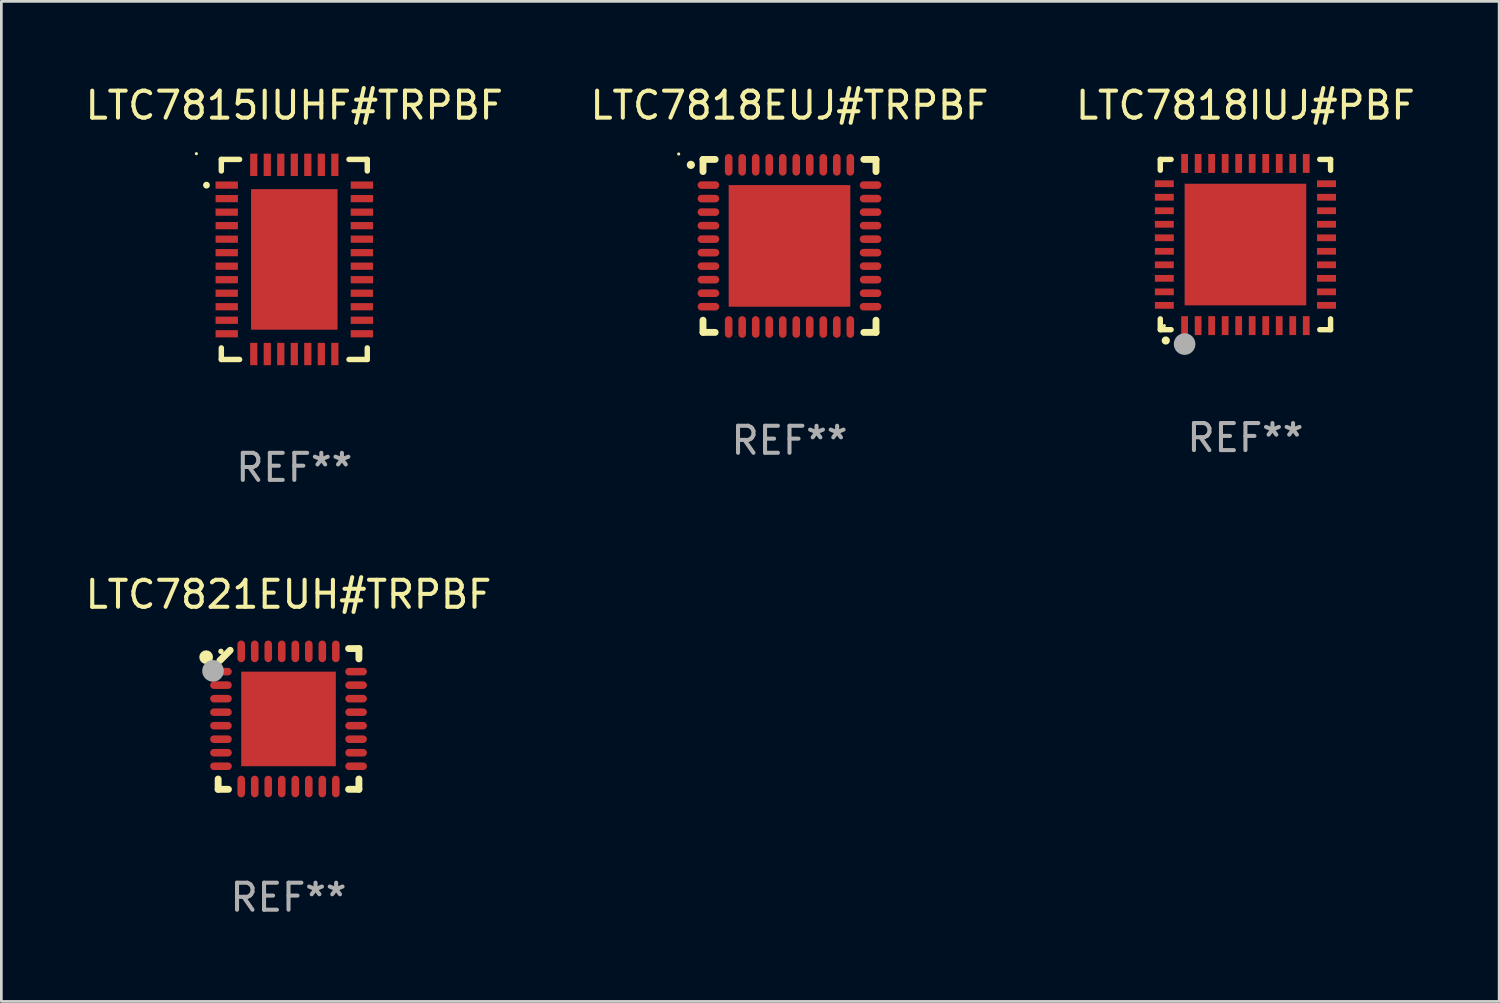
<source format=kicad_pcb>
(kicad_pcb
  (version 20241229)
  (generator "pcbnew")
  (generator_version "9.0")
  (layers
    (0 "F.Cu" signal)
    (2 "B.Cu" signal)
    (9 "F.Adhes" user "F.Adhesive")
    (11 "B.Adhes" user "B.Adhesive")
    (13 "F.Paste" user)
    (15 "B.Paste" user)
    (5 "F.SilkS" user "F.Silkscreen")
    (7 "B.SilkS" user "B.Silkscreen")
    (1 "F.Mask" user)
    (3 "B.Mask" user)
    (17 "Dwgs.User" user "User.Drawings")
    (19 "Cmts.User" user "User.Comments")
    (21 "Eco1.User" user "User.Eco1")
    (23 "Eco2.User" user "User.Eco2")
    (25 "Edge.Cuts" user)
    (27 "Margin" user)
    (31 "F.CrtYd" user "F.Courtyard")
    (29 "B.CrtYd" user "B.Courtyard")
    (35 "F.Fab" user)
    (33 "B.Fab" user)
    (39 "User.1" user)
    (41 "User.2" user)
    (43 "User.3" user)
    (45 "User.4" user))
  (footprint "LTC7818EUJ#TRPBF"
    (layer "F.Cu")
    (at 26.161 6.048)
    (property "Reference" "LTC7818EUJ#TRPBF" (at 0 -5.2 0) (layer "F.SilkS") (effects (font (size 1 1) (thickness 0.15))))
    (attr through_hole)
    (fp_line (start -3.2 -3.2) (end -2.75 -3.2) (stroke (width 0.254) (type solid)) (layer "F.SilkS"))
    (fp_line (start -3.2 -2.75) (end -3.2 -3.2) (stroke (width 0.254) (type solid)) (layer "F.SilkS"))
    (fp_line (start -3.2 3.2) (end -3.2 2.75) (stroke (width 0.254) (type solid)) (layer "F.SilkS"))
    (fp_line (start -2.75 3.2) (end -3.2 3.2) (stroke (width 0.254) (type solid)) (layer "F.SilkS"))
    (fp_line (start 2.75 3.2) (end 3.2 3.2) (stroke (width 0.254) (type solid)) (layer "F.SilkS"))
    (fp_line (start 3.2 -3.2) (end 2.75 -3.2) (stroke (width 0.254) (type solid)) (layer "F.SilkS"))
    (fp_line (start 3.2 -2.75) (end 3.2 -3.2) (stroke (width 0.254) (type solid)) (layer "F.SilkS"))
    (fp_line (start 3.2 3.2) (end 3.2 2.75) (stroke (width 0.254) (type solid)) (layer "F.SilkS"))
    (fp_arc (start -3.649987 -2.997206) (mid -3.649992 -2.998476) (end -3.649987 -2.999746) (stroke (width 0.3) (type solid)) (layer "F.SilkS"))
    (fp_circle (center -4.1 -3.4) (end -4.07 -3.4) (stroke (width 0.06) (type solid)) (fill no) (layer "F.SilkS"))
    (fp_text user "REF**" (at 0 7.2 0) (layer "F.Fab") (effects (font (size 1 1) (thickness 0.15))))
    (pad "1" smd oval (at -3 -2.25 90) (size 0.28 0.8) (layers "F.Cu" "F.Mask" "F.Paste"))
    (pad "2" smd oval (at -3 -1.75 90) (size 0.28 0.8) (layers "F.Cu" "F.Mask" "F.Paste"))
    (pad "3" smd oval (at -3 -1.25 90) (size 0.28 0.8) (layers "F.Cu" "F.Mask" "F.Paste"))
    (pad "4" smd oval (at -3 -0.75 90) (size 0.28 0.8) (layers "F.Cu" "F.Mask" "F.Paste"))
    (pad "5" smd oval (at -3 -0.25 90) (size 0.28 0.8) (layers "F.Cu" "F.Mask" "F.Paste"))
    (pad "6" smd oval (at -3 0.25 90) (size 0.28 0.8) (layers "F.Cu" "F.Mask" "F.Paste"))
    (pad "7" smd oval (at -3 0.75 90) (size 0.28 0.8) (layers "F.Cu" "F.Mask" "F.Paste"))
    (pad "8" smd oval (at -3 1.25 90) (size 0.28 0.8) (layers "F.Cu" "F.Mask" "F.Paste"))
    (pad "9" smd oval (at -3 1.75 90) (size 0.28 0.8) (layers "F.Cu" "F.Mask" "F.Paste"))
    (pad "10" smd oval (at -3 2.25 90) (size 0.28 0.8) (layers "F.Cu" "F.Mask" "F.Paste"))
    (pad "11" smd oval (at -2.25 3) (size 0.28 0.8) (layers "F.Cu" "F.Mask" "F.Paste"))
    (pad "12" smd oval (at -1.75 3) (size 0.28 0.8) (layers "F.Cu" "F.Mask" "F.Paste"))
    (pad "13" smd oval (at -1.25 3) (size 0.28 0.8) (layers "F.Cu" "F.Mask" "F.Paste"))
    (pad "14" smd oval (at -0.75 3) (size 0.28 0.8) (layers "F.Cu" "F.Mask" "F.Paste"))
    (pad "15" smd oval (at -0.25 3) (size 0.28 0.8) (layers "F.Cu" "F.Mask" "F.Paste"))
    (pad "16" smd oval (at 0.25 3) (size 0.28 0.8) (layers "F.Cu" "F.Mask" "F.Paste"))
    (pad "17" smd oval (at 0.75 3) (size 0.28 0.8) (layers "F.Cu" "F.Mask" "F.Paste"))
    (pad "18" smd oval (at 1.25 3) (size 0.28 0.8) (layers "F.Cu" "F.Mask" "F.Paste"))
    (pad "19" smd oval (at 1.75 3) (size 0.28 0.8) (layers "F.Cu" "F.Mask" "F.Paste"))
    (pad "20" smd oval (at 2.25 3) (size 0.28 0.8) (layers "F.Cu" "F.Mask" "F.Paste"))
    (pad "21" smd oval (at 3 2.25 90) (size 0.28 0.8) (layers "F.Cu" "F.Mask" "F.Paste"))
    (pad "22" smd oval (at 3 1.75 90) (size 0.28 0.8) (layers "F.Cu" "F.Mask" "F.Paste"))
    (pad "23" smd oval (at 3 1.25 90) (size 0.28 0.8) (layers "F.Cu" "F.Mask" "F.Paste"))
    (pad "24" smd oval (at 3 0.75 90) (size 0.28 0.8) (layers "F.Cu" "F.Mask" "F.Paste"))
    (pad "25" smd oval (at 3 0.25 90) (size 0.28 0.8) (layers "F.Cu" "F.Mask" "F.Paste"))
    (pad "26" smd oval (at 3 -0.25 90) (size 0.28 0.8) (layers "F.Cu" "F.Mask" "F.Paste"))
    (pad "27" smd oval (at 3 -0.75 90) (size 0.28 0.8) (layers "F.Cu" "F.Mask" "F.Paste"))
    (pad "28" smd oval (at 3 -1.25 90) (size 0.28 0.8) (layers "F.Cu" "F.Mask" "F.Paste"))
    (pad "29" smd oval (at 3 -1.75 90) (size 0.28 0.8) (layers "F.Cu" "F.Mask" "F.Paste"))
    (pad "30" smd oval (at 3 -2.25 90) (size 0.28 0.8) (layers "F.Cu" "F.Mask" "F.Paste"))
    (pad "31" smd oval (at 2.25 -3) (size 0.28 0.8) (layers "F.Cu" "F.Mask" "F.Paste"))
    (pad "32" smd oval (at 1.75 -3) (size 0.28 0.8) (layers "F.Cu" "F.Mask" "F.Paste"))
    (pad "33" smd oval (at 1.25 -3) (size 0.28 0.8) (layers "F.Cu" "F.Mask" "F.Paste"))
    (pad "34" smd oval (at 0.75 -3) (size 0.28 0.8) (layers "F.Cu" "F.Mask" "F.Paste"))
    (pad "35" smd oval (at 0.25 -3) (size 0.28 0.8) (layers "F.Cu" "F.Mask" "F.Paste"))
    (pad "36" smd oval (at -0.25 -3) (size 0.28 0.8) (layers "F.Cu" "F.Mask" "F.Paste"))
    (pad "37" smd oval (at -0.75 -3) (size 0.28 0.8) (layers "F.Cu" "F.Mask" "F.Paste"))
    (pad "38" smd oval (at -1.25 -3) (size 0.28 0.8) (layers "F.Cu" "F.Mask" "F.Paste"))
    (pad "39" smd oval (at -1.75 -3) (size 0.28 0.8) (layers "F.Cu" "F.Mask" "F.Paste"))
    (pad "40" smd oval (at -2.25 -3) (size 0.28 0.8) (layers "F.Cu" "F.Mask" "F.Paste"))
    (pad "41" smd rect (at 0 0) (size 4.5 4.5) (layers "F.Cu" "F.Mask" "F.Paste")))
  (footprint "LTC7815IUHF#TRPBF"
    (layer "F.Cu")
    (at 7.839 6.549)
    (property "Reference" "LTC7815IUHF#TRPBF" (at 0 -5.701 0) (layer "F.SilkS") (effects (font (size 1 1) (thickness 0.15))))
    (attr through_hole)
    (fp_line (start -2.7 -3.701) (end -2.024 -3.701) (stroke (width 0.201) (type solid)) (layer "F.SilkS"))
    (fp_line (start -2.7 -3.274) (end -2.7 -3.701) (stroke (width 0.201) (type solid)) (layer "F.SilkS"))
    (fp_line (start -2.7 3.274) (end -2.7 3.701) (stroke (width 0.201) (type solid)) (layer "F.SilkS"))
    (fp_line (start -2.7 3.701) (end -2.024 3.701) (stroke (width 0.201) (type solid)) (layer "F.SilkS"))
    (fp_line (start 2.024 -3.701) (end 2.7 -3.701) (stroke (width 0.201) (type solid)) (layer "F.SilkS"))
    (fp_line (start 2.024 3.701) (end 2.7 3.701) (stroke (width 0.201) (type solid)) (layer "F.SilkS"))
    (fp_line (start 2.7 -3.701) (end 2.7 -3.274) (stroke (width 0.201) (type solid)) (layer "F.SilkS"))
    (fp_line (start 2.7 3.701) (end 2.7 3.274) (stroke (width 0.201) (type solid)) (layer "F.SilkS"))
    (fp_arc (start -3.250013 -2.747473) (mid -3.250019 -2.748743) (end -3.250013 -2.750013) (stroke (width 0.24892) (type solid)) (layer "F.SilkS"))
    (fp_circle (center -3.623 -3.913) (end -3.593 -3.913) (stroke (width 0.06) (type solid)) (fill no) (layer "F.SilkS"))
    (fp_text user "REF**" (at 0 7.701 0) (layer "F.Fab") (effects (font (size 1 1) (thickness 0.15))))
    (pad "1" smd rect (at -2.5 -2.75 90) (size 0.267 0.826) (layers "F.Cu" "F.Mask" "F.Paste"))
    (pad "2" smd rect (at -2.5 -2.25 90) (size 0.267 0.826) (layers "F.Cu" "F.Mask" "F.Paste"))
    (pad "3" smd rect (at -2.5 -1.75 90) (size 0.267 0.826) (layers "F.Cu" "F.Mask" "F.Paste"))
    (pad "4" smd rect (at -2.5 -1.25 90) (size 0.267 0.826) (layers "F.Cu" "F.Mask" "F.Paste"))
    (pad "5" smd rect (at -2.5 -0.75 90) (size 0.267 0.826) (layers "F.Cu" "F.Mask" "F.Paste"))
    (pad "6" smd rect (at -2.5 -0.25 90) (size 0.267 0.826) (layers "F.Cu" "F.Mask" "F.Paste"))
    (pad "7" smd rect (at -2.5 0.25 90) (size 0.267 0.826) (layers "F.Cu" "F.Mask" "F.Paste"))
    (pad "8" smd rect (at -2.5 0.75 90) (size 0.267 0.826) (layers "F.Cu" "F.Mask" "F.Paste"))
    (pad "9" smd rect (at -2.5 1.25 90) (size 0.267 0.826) (layers "F.Cu" "F.Mask" "F.Paste"))
    (pad "10" smd rect (at -2.5 1.75 90) (size 0.267 0.826) (layers "F.Cu" "F.Mask" "F.Paste"))
    (pad "11" smd rect (at -2.5 2.25 90) (size 0.267 0.826) (layers "F.Cu" "F.Mask" "F.Paste"))
    (pad "12" smd rect (at -2.5 2.75 90) (size 0.267 0.826) (layers "F.Cu" "F.Mask" "F.Paste"))
    (pad "13" smd rect (at -1.5 3.5) (size 0.267 0.826) (layers "F.Cu" "F.Mask" "F.Paste"))
    (pad "14" smd rect (at -1 3.5) (size 0.267 0.826) (layers "F.Cu" "F.Mask" "F.Paste"))
    (pad "15" smd rect (at -0.5 3.5) (size 0.267 0.826) (layers "F.Cu" "F.Mask" "F.Paste"))
    (pad "16" smd rect (at 0 3.5) (size 0.267 0.826) (layers "F.Cu" "F.Mask" "F.Paste"))
    (pad "17" smd rect (at 0.5 3.5) (size 0.267 0.826) (layers "F.Cu" "F.Mask" "F.Paste"))
    (pad "18" smd rect (at 1 3.5) (size 0.267 0.826) (layers "F.Cu" "F.Mask" "F.Paste"))
    (pad "19" smd rect (at 1.5 3.5) (size 0.267 0.826) (layers "F.Cu" "F.Mask" "F.Paste"))
    (pad "20" smd rect (at 2.5 2.75 90) (size 0.267 0.826) (layers "F.Cu" "F.Mask" "F.Paste"))
    (pad "21" smd rect (at 2.5 2.25 90) (size 0.267 0.826) (layers "F.Cu" "F.Mask" "F.Paste"))
    (pad "22" smd rect (at 2.5 1.75 90) (size 0.267 0.826) (layers "F.Cu" "F.Mask" "F.Paste"))
    (pad "23" smd rect (at 2.5 1.25 90) (size 0.267 0.826) (layers "F.Cu" "F.Mask" "F.Paste"))
    (pad "24" smd rect (at 2.5 0.75 90) (size 0.267 0.826) (layers "F.Cu" "F.Mask" "F.Paste"))
    (pad "25" smd rect (at 2.5 0.25 90) (size 0.267 0.826) (layers "F.Cu" "F.Mask" "F.Paste"))
    (pad "26" smd rect (at 2.5 -0.25 90) (size 0.267 0.826) (layers "F.Cu" "F.Mask" "F.Paste"))
    (pad "27" smd rect (at 2.5 -0.75 90) (size 0.267 0.826) (layers "F.Cu" "F.Mask" "F.Paste"))
    (pad "28" smd rect (at 2.5 -1.25 90) (size 0.267 0.826) (layers "F.Cu" "F.Mask" "F.Paste"))
    (pad "29" smd rect (at 2.5 -1.75 90) (size 0.267 0.826) (layers "F.Cu" "F.Mask" "F.Paste"))
    (pad "30" smd rect (at 2.5 -2.25 90) (size 0.267 0.826) (layers "F.Cu" "F.Mask" "F.Paste"))
    (pad "31" smd rect (at 2.5 -2.75 90) (size 0.267 0.826) (layers "F.Cu" "F.Mask" "F.Paste"))
    (pad "32" smd rect (at 1.5 -3.5) (size 0.267 0.826) (layers "F.Cu" "F.Mask" "F.Paste"))
    (pad "33" smd rect (at 1 -3.5) (size 0.267 0.826) (layers "F.Cu" "F.Mask" "F.Paste"))
    (pad "34" smd rect (at 0.5 -3.5) (size 0.267 0.826) (layers "F.Cu" "F.Mask" "F.Paste"))
    (pad "35" smd rect (at 0 -3.5) (size 0.267 0.826) (layers "F.Cu" "F.Mask" "F.Paste"))
    (pad "36" smd rect (at -0.5 -3.5) (size 0.267 0.826) (layers "F.Cu" "F.Mask" "F.Paste"))
    (pad "37" smd rect (at -1 -3.5) (size 0.267 0.826) (layers "F.Cu" "F.Mask" "F.Paste"))
    (pad "38" smd rect (at -1.5 -3.5) (size 0.267 0.826) (layers "F.Cu" "F.Mask" "F.Paste"))
    (pad "39" smd rect (at 0 0) (size 3.2 5.2) (layers "F.Cu" "F.Mask" "F.Paste")))
  (footprint "LTC7818IUJ#PBF"
    (layer "F.Cu")
    (at 43.03 5.998)
    (property "Reference" "LTC7818IUJ#PBF" (at 0 -5.15 0) (layer "F.SilkS") (effects (font (size 1 1) (thickness 0.15))))
    (attr through_hole)
    (fp_line (start -3.15 -3.15) (end -2.75 -3.15) (stroke (width 0.2) (type solid)) (layer "F.SilkS"))
    (fp_line (start -3.15 -2.75) (end -3.15 -3.15) (stroke (width 0.2) (type solid)) (layer "F.SilkS"))
    (fp_line (start -3.15 3.15) (end -3.15 2.75) (stroke (width 0.2) (type solid)) (layer "F.SilkS"))
    (fp_line (start -2.75 3.15) (end -3.15 3.15) (stroke (width 0.2) (type solid)) (layer "F.SilkS"))
    (fp_line (start 3.15 -3.15) (end 2.75 -3.15) (stroke (width 0.2) (type solid)) (layer "F.SilkS"))
    (fp_line (start 3.15 -2.75) (end 3.15 -3.15) (stroke (width 0.2) (type solid)) (layer "F.SilkS"))
    (fp_line (start 3.15 2.75) (end 3.15 3.15) (stroke (width 0.2) (type solid)) (layer "F.SilkS"))
    (fp_line (start 3.15 3.15) (end 2.75 3.15) (stroke (width 0.2) (type solid)) (layer "F.SilkS"))
    (fp_arc (start -2.94892 3.550927) (mid -2.94765 3.550922) (end -2.94638 3.550927) (stroke (width 0.3) (type solid)) (layer "F.SilkS"))
    (fp_circle (center -3 3) (end -2.97 3) (stroke (width 0.06) (type solid)) (fill no) (layer "F.SilkS"))
    (fp_circle (center -2.25 3.683) (end -2.05 3.683) (stroke (width 0.4) (type solid)) (fill no) (layer "F.Fab"))
    (fp_text user "REF**" (at 0 7.15 0) (layer "F.Fab") (effects (font (size 1 1) (thickness 0.15))))
    (pad "1" smd rect (at -2.25 3 180) (size 0.25 0.7) (layers "F.Cu" "F.Mask" "F.Paste"))
    (pad "2" smd rect (at -1.75 3 180) (size 0.25 0.7) (layers "F.Cu" "F.Mask" "F.Paste"))
    (pad "3" smd rect (at -1.25 3 180) (size 0.25 0.7) (layers "F.Cu" "F.Mask" "F.Paste"))
    (pad "4" smd rect (at -0.75 3 180) (size 0.25 0.7) (layers "F.Cu" "F.Mask" "F.Paste"))
    (pad "5" smd rect (at -0.25 3 180) (size 0.25 0.7) (layers "F.Cu" "F.Mask" "F.Paste"))
    (pad "6" smd rect (at 0.25 3 180) (size 0.25 0.7) (layers "F.Cu" "F.Mask" "F.Paste"))
    (pad "7" smd rect (at 0.75 3 180) (size 0.25 0.7) (layers "F.Cu" "F.Mask" "F.Paste"))
    (pad "8" smd rect (at 1.25 3 180) (size 0.25 0.7) (layers "F.Cu" "F.Mask" "F.Paste"))
    (pad "9" smd rect (at 1.75 3 180) (size 0.25 0.7) (layers "F.Cu" "F.Mask" "F.Paste"))
    (pad "10" smd rect (at 2.25 3 180) (size 0.25 0.7) (layers "F.Cu" "F.Mask" "F.Paste"))
    (pad "11" smd rect (at 3 2.25 90) (size 0.25 0.7) (layers "F.Cu" "F.Mask" "F.Paste"))
    (pad "12" smd rect (at 3 1.75 90) (size 0.25 0.7) (layers "F.Cu" "F.Mask" "F.Paste"))
    (pad "13" smd rect (at 3 1.25 90) (size 0.25 0.7) (layers "F.Cu" "F.Mask" "F.Paste"))
    (pad "14" smd rect (at 3 0.75 90) (size 0.25 0.7) (layers "F.Cu" "F.Mask" "F.Paste"))
    (pad "15" smd rect (at 3 0.25 90) (size 0.25 0.7) (layers "F.Cu" "F.Mask" "F.Paste"))
    (pad "16" smd rect (at 3 -0.25 90) (size 0.25 0.7) (layers "F.Cu" "F.Mask" "F.Paste"))
    (pad "17" smd rect (at 3 -0.75 90) (size 0.25 0.7) (layers "F.Cu" "F.Mask" "F.Paste"))
    (pad "18" smd rect (at 3 -1.25 90) (size 0.25 0.7) (layers "F.Cu" "F.Mask" "F.Paste"))
    (pad "19" smd rect (at 3 -1.75 90) (size 0.25 0.7) (layers "F.Cu" "F.Mask" "F.Paste"))
    (pad "20" smd rect (at 3 -2.25 90) (size 0.25 0.7) (layers "F.Cu" "F.Mask" "F.Paste"))
    (pad "21" smd rect (at 2.25 -3 180) (size 0.25 0.7) (layers "F.Cu" "F.Mask" "F.Paste"))
    (pad "22" smd rect (at 1.75 -3 180) (size 0.25 0.7) (layers "F.Cu" "F.Mask" "F.Paste"))
    (pad "23" smd rect (at 1.25 -3 180) (size 0.25 0.7) (layers "F.Cu" "F.Mask" "F.Paste"))
    (pad "24" smd rect (at 0.75 -3 180) (size 0.25 0.7) (layers "F.Cu" "F.Mask" "F.Paste"))
    (pad "25" smd rect (at 0.25 -3 180) (size 0.25 0.7) (layers "F.Cu" "F.Mask" "F.Paste"))
    (pad "26" smd rect (at -0.25 -3 180) (size 0.25 0.7) (layers "F.Cu" "F.Mask" "F.Paste"))
    (pad "27" smd rect (at -0.75 -3 180) (size 0.25 0.7) (layers "F.Cu" "F.Mask" "F.Paste"))
    (pad "28" smd rect (at -1.25 -3 180) (size 0.25 0.7) (layers "F.Cu" "F.Mask" "F.Paste"))
    (pad "29" smd rect (at -1.75 -3 180) (size 0.25 0.7) (layers "F.Cu" "F.Mask" "F.Paste"))
    (pad "30" smd rect (at -2.25 -3 180) (size 0.25 0.7) (layers "F.Cu" "F.Mask" "F.Paste"))
    (pad "31" smd rect (at -3 -2.25 90) (size 0.25 0.7) (layers "F.Cu" "F.Mask" "F.Paste"))
    (pad "32" smd rect (at -3 -1.75 90) (size 0.25 0.7) (layers "F.Cu" "F.Mask" "F.Paste"))
    (pad "33" smd rect (at -3 -1.25 90) (size 0.25 0.7) (layers "F.Cu" "F.Mask" "F.Paste"))
    (pad "34" smd rect (at -3 -0.75 90) (size 0.25 0.7) (layers "F.Cu" "F.Mask" "F.Paste"))
    (pad "35" smd rect (at -3 -0.25 90) (size 0.25 0.7) (layers "F.Cu" "F.Mask" "F.Paste"))
    (pad "36" smd rect (at -3 0.25 90) (size 0.25 0.7) (layers "F.Cu" "F.Mask" "F.Paste"))
    (pad "37" smd rect (at -3 0.75 90) (size 0.25 0.7) (layers "F.Cu" "F.Mask" "F.Paste"))
    (pad "38" smd rect (at -3 1.25 90) (size 0.25 0.7) (layers "F.Cu" "F.Mask" "F.Paste"))
    (pad "39" smd rect (at -3 1.75 90) (size 0.25 0.7) (layers "F.Cu" "F.Mask" "F.Paste"))
    (pad "40" smd rect (at -3 2.25 90) (size 0.25 0.7) (layers "F.Cu" "F.Mask" "F.Paste"))
    (pad "41" smd rect (at 0.000102 0.000076 90) (size 4.5 4.5) (layers "F.Cu" "F.Mask" "F.Paste")))
  (footprint "LTC7821EUH#TRPBF"
    (layer "F.Cu")
    (at 7.625 23.55)
    (property "Reference" "LTC7821EUH#TRPBF" (at 0 -4.604 0) (layer "F.SilkS") (effects (font (size 1 1) (thickness 0.15))))
    (attr through_hole)
    (fp_line (start -2.604 2.223) (end -2.604 2.604) (stroke (width 0.254) (type solid)) (layer "F.SilkS"))
    (fp_line (start -2.604 2.604) (end -2.223 2.604) (stroke (width 0.254) (type solid)) (layer "F.SilkS"))
    (fp_line (start -2.159 -2.54) (end -2.54 -2.159) (stroke (width 0.254) (type solid)) (layer "F.SilkS"))
    (fp_line (start 2.223 2.604) (end 2.604 2.604) (stroke (width 0.254) (type solid)) (layer "F.SilkS"))
    (fp_line (start 2.604 -2.604) (end 2.223 -2.604) (stroke (width 0.254) (type solid)) (layer "F.SilkS"))
    (fp_line (start 2.604 -2.223) (end 2.604 -2.604) (stroke (width 0.254) (type solid)) (layer "F.SilkS"))
    (fp_line (start 2.604 2.604) (end 2.604 2.223) (stroke (width 0.254) (type solid)) (layer "F.SilkS"))
    (fp_circle (center -3.048 -2.286) (end -2.921 -2.286) (stroke (width 0.254) (type solid)) (fill no) (layer "F.SilkS"))
    (fp_circle (center -2.5 -2.5) (end -2.45 -2.5) (stroke (width 0.1) (type solid)) (fill no) (layer "F.SilkS"))
    (fp_circle (center -2.794 -1.778) (end -2.594 -1.778) (stroke (width 0.4) (type solid)) (fill no) (layer "F.Fab"))
    (fp_text user "REF**" (at 0 6.604 0) (layer "F.Fab") (effects (font (size 1 1) (thickness 0.15))))
    (pad "1" smd oval (at -2.5 -1.75) (size 0.8 0.28) (layers "F.Cu" "F.Mask" "F.Paste"))
    (pad "2" smd oval (at -2.5 -1.25) (size 0.8 0.28) (layers "F.Cu" "F.Mask" "F.Paste"))
    (pad "3" smd oval (at -2.5 -0.75) (size 0.8 0.28) (layers "F.Cu" "F.Mask" "F.Paste"))
    (pad "4" smd oval (at -2.5 -0.25) (size 0.8 0.28) (layers "F.Cu" "F.Mask" "F.Paste"))
    (pad "5" smd oval (at -2.5 0.25) (size 0.8 0.28) (layers "F.Cu" "F.Mask" "F.Paste"))
    (pad "6" smd oval (at -2.5 0.75) (size 0.8 0.28) (layers "F.Cu" "F.Mask" "F.Paste"))
    (pad "7" smd oval (at -2.5 1.25) (size 0.8 0.28) (layers "F.Cu" "F.Mask" "F.Paste"))
    (pad "8" smd oval (at -2.5 1.75) (size 0.8 0.28) (layers "F.Cu" "F.Mask" "F.Paste"))
    (pad "9" smd oval (at -1.75 2.5) (size 0.28 0.8) (layers "F.Cu" "F.Mask" "F.Paste"))
    (pad "10" smd oval (at -1.25 2.5) (size 0.28 0.8) (layers "F.Cu" "F.Mask" "F.Paste"))
    (pad "11" smd oval (at -0.75 2.5) (size 0.28 0.8) (layers "F.Cu" "F.Mask" "F.Paste"))
    (pad "12" smd oval (at -0.25 2.5) (size 0.28 0.8) (layers "F.Cu" "F.Mask" "F.Paste"))
    (pad "13" smd oval (at 0.25 2.5) (size 0.28 0.8) (layers "F.Cu" "F.Mask" "F.Paste"))
    (pad "14" smd oval (at 0.75 2.5) (size 0.28 0.8) (layers "F.Cu" "F.Mask" "F.Paste"))
    (pad "15" smd oval (at 1.25 2.5) (size 0.28 0.8) (layers "F.Cu" "F.Mask" "F.Paste"))
    (pad "16" smd oval (at 1.75 2.5) (size 0.28 0.8) (layers "F.Cu" "F.Mask" "F.Paste"))
    (pad "17" smd oval (at 2.5 1.75) (size 0.8 0.28) (layers "F.Cu" "F.Mask" "F.Paste"))
    (pad "18" smd oval (at 2.5 1.25) (size 0.8 0.28) (layers "F.Cu" "F.Mask" "F.Paste"))
    (pad "19" smd oval (at 2.5 0.75) (size 0.8 0.28) (layers "F.Cu" "F.Mask" "F.Paste"))
    (pad "20" smd oval (at 2.5 0.25) (size 0.8 0.28) (layers "F.Cu" "F.Mask" "F.Paste"))
    (pad "21" smd oval (at 2.5 -0.25) (size 0.8 0.28) (layers "F.Cu" "F.Mask" "F.Paste"))
    (pad "22" smd oval (at 2.5 -0.75) (size 0.8 0.28) (layers "F.Cu" "F.Mask" "F.Paste"))
    (pad "23" smd oval (at 2.5 -1.25) (size 0.8 0.28) (layers "F.Cu" "F.Mask" "F.Paste"))
    (pad "24" smd oval (at 2.5 -1.75) (size 0.8 0.28) (layers "F.Cu" "F.Mask" "F.Paste"))
    (pad "25" smd oval (at 1.75 -2.5) (size 0.28 0.8) (layers "F.Cu" "F.Mask" "F.Paste"))
    (pad "26" smd oval (at 1.25 -2.5) (size 0.28 0.8) (layers "F.Cu" "F.Mask" "F.Paste"))
    (pad "27" smd oval (at 0.75 -2.5) (size 0.28 0.8) (layers "F.Cu" "F.Mask" "F.Paste"))
    (pad "28" smd oval (at 0.25 -2.5) (size 0.28 0.8) (layers "F.Cu" "F.Mask" "F.Paste"))
    (pad "29" smd oval (at -0.25 -2.5) (size 0.28 0.8) (layers "F.Cu" "F.Mask" "F.Paste"))
    (pad "30" smd oval (at -0.75 -2.5) (size 0.28 0.8) (layers "F.Cu" "F.Mask" "F.Paste"))
    (pad "31" smd oval (at -1.25 -2.5) (size 0.28 0.8) (layers "F.Cu" "F.Mask" "F.Paste"))
    (pad "32" smd oval (at -1.75 -2.5) (size 0.28 0.8) (layers "F.Cu" "F.Mask" "F.Paste"))
    (pad "33" smd rect (at 0.000076 0.000076) (size 3.5 3.5) (layers "F.Cu" "F.Mask" "F.Paste")))
  (gr_rect
    (start -3 -3)
    (end 52.417 34.002)
    (stroke (width 0.1) (type default))
    (fill no)
    (layer "Edge.Cuts")))
</source>
